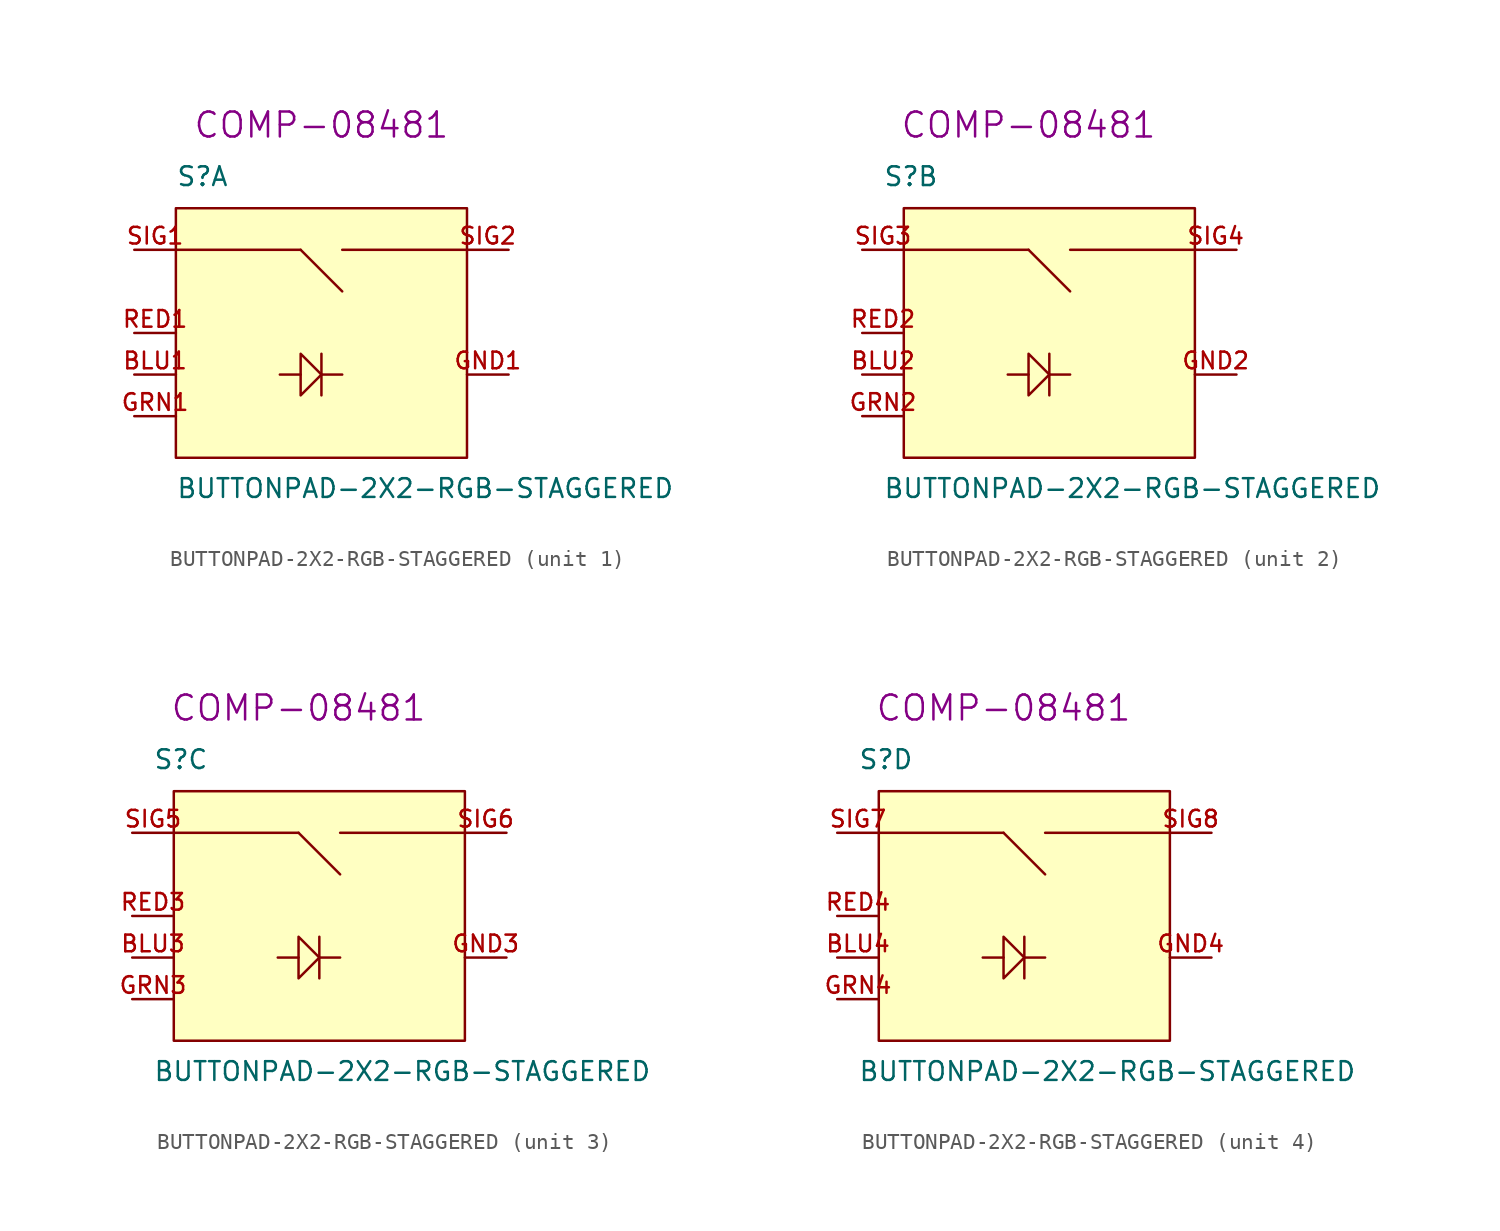
<source format=kicad_sym>
(kicad_symbol_lib
  (version 20211014)
  (generator kicad_symbol_editor)
  (symbol "BUTTONPAD-2X2-RGB-STAGGERED"
    (pin_names
      (offset 1.016) hide)
    (property "Reference" "S"
      (at -8.89 8.89 0)
      (effects (font (size 1.143 1.143)) (justify left bottom)))
    (property "Value" "BUTTONPAD-2X2-RGB-STAGGERED"
      (at -8.89 -10.16 0)
      (effects (font (size 1.143 1.143)) (justify left bottom)))
    (property "Field4" "COMP-08481"
      (at 0 12.7 0)
      (effects (font (size 1.524 1.524))))
    (property "ki_locked" ""
      (at 0 0 0)
      (effects (font (size 1.27 1.27))))
    (symbol "BUTTONPAD-2X2-RGB-STAGGERED_1_0"
      (polyline (pts (xy -8.89 5.08) (xy -1.27 5.08)) (stroke (width 0) (type default) (color 0 0 0 0)) (fill (type none)))
      (polyline (pts (xy -1.27 -2.54) (xy -2.54 -2.54)) (stroke (width 0) (type default) (color 0 0 0 0)) (fill (type none)))
      (polyline (pts (xy -1.27 5.08) (xy 1.27 2.54)) (stroke (width 0) (type default) (color 0 0 0 0)) (fill (type none)))
      (polyline (pts (xy 0 -2.54) (xy 0 -3.81)) (stroke (width 0) (type default) (color 0 0 0 0)) (fill (type none)))
      (polyline (pts (xy 0 -2.54) (xy 1.27 -2.54)) (stroke (width 0) (type default) (color 0 0 0 0)) (fill (type none)))
      (polyline (pts (xy 0 -1.27) (xy 0 -2.54)) (stroke (width 0) (type default) (color 0 0 0 0)) (fill (type none)))
      (polyline (pts (xy 1.27 5.08) (xy 8.89 5.08)) (stroke (width 0) (type default) (color 0 0 0 0)) (fill (type none))))
    (symbol "BUTTONPAD-2X2-RGB-STAGGERED_1_1"
      (polyline (pts (xy -1.27 -1.27) (xy -1.27 -2.54) (xy -1.27 -3.81) (xy 0 -2.54) (xy -1.27 -1.27)) (stroke (width 0) (type default) (color 0 0 0 0)) (fill (type background)))
      (polyline (pts (xy 8.89 7.62) (xy 8.89 5.08) (xy 8.89 -7.62) (xy -8.89 -7.62) (xy -8.89 5.08) (xy -8.89 7.62) (xy 8.89 7.62)) (stroke (width 0) (type default) (color 0 0 0 0)) (fill (type background)))
      (pin bidirectional line (at -11.43 -2.54 0) (length 2.54) (name "BLU" (effects (font (size 1.016 1.016)))) (number "BLU1" (effects (font (size 1.016 1.016)))))
      (pin bidirectional line (at 11.43 -2.54 180) (length 2.54) (name "GND" (effects (font (size 1.016 1.016)))) (number "GND1" (effects (font (size 1.016 1.016)))))
      (pin bidirectional line (at -11.43 -5.08 0) (length 2.54) (name "GRN" (effects (font (size 1.016 1.016)))) (number "GRN1" (effects (font (size 1.016 1.016)))))
      (pin bidirectional line (at -11.43 0 0) (length 2.54) (name "RED" (effects (font (size 1.016 1.016)))) (number "RED1" (effects (font (size 1.016 1.016)))))
      (pin bidirectional line (at -11.43 5.08 0) (length 2.54) (name "SIG1" (effects (font (size 1.016 1.016)))) (number "SIG1" (effects (font (size 1.016 1.016)))))
      (pin bidirectional line (at 11.43 5.08 180) (length 2.54) (name "SIG2" (effects (font (size 1.016 1.016)))) (number "SIG2" (effects (font (size 1.016 1.016))))))
    (symbol "BUTTONPAD-2X2-RGB-STAGGERED_2_0"
      (polyline (pts (xy -7.62 5.08) (xy 0 5.08)) (stroke (width 0) (type default) (color 0 0 0 0)) (fill (type none)))
      (polyline (pts (xy 0 -2.54) (xy -1.27 -2.54)) (stroke (width 0) (type default) (color 0 0 0 0)) (fill (type none)))
      (polyline (pts (xy 0 5.08) (xy 2.54 2.54)) (stroke (width 0) (type default) (color 0 0 0 0)) (fill (type none)))
      (polyline (pts (xy 1.27 -2.54) (xy 1.27 -3.81)) (stroke (width 0) (type default) (color 0 0 0 0)) (fill (type none)))
      (polyline (pts (xy 1.27 -2.54) (xy 2.54 -2.54)) (stroke (width 0) (type default) (color 0 0 0 0)) (fill (type none)))
      (polyline (pts (xy 1.27 -1.27) (xy 1.27 -2.54)) (stroke (width 0) (type default) (color 0 0 0 0)) (fill (type none)))
      (polyline (pts (xy 2.54 5.08) (xy 10.16 5.08)) (stroke (width 0) (type default) (color 0 0 0 0)) (fill (type none))))
    (symbol "BUTTONPAD-2X2-RGB-STAGGERED_2_1"
      (polyline (pts (xy 0 -1.27) (xy 0 -2.54) (xy 0 -3.81) (xy 1.27 -2.54) (xy 0 -1.27)) (stroke (width 0) (type default) (color 0 0 0 0)) (fill (type background)))
      (polyline (pts (xy 10.16 7.62) (xy 10.16 5.08) (xy 10.16 -7.62) (xy -7.62 -7.62) (xy -7.62 5.08) (xy -7.62 7.62) (xy 10.16 7.62)) (stroke (width 0) (type default) (color 0 0 0 0)) (fill (type background)))
      (pin bidirectional line (at -10.16 -2.54 0) (length 2.54) (name "BLU" (effects (font (size 1.016 1.016)))) (number "BLU2" (effects (font (size 1.016 1.016)))))
      (pin bidirectional line (at 12.7 -2.54 180) (length 2.54) (name "GND" (effects (font (size 1.016 1.016)))) (number "GND2" (effects (font (size 1.016 1.016)))))
      (pin bidirectional line (at -10.16 -5.08 0) (length 2.54) (name "GRN" (effects (font (size 1.016 1.016)))) (number "GRN2" (effects (font (size 1.016 1.016)))))
      (pin bidirectional line (at -10.16 0 0) (length 2.54) (name "RED" (effects (font (size 1.016 1.016)))) (number "RED2" (effects (font (size 1.016 1.016)))))
      (pin bidirectional line (at -10.16 5.08 0) (length 2.54) (name "SIG1" (effects (font (size 1.016 1.016)))) (number "SIG3" (effects (font (size 1.016 1.016)))))
      (pin bidirectional line (at 12.7 5.08 180) (length 2.54) (name "SIG2" (effects (font (size 1.016 1.016)))) (number "SIG4" (effects (font (size 1.016 1.016))))))
    (symbol "BUTTONPAD-2X2-RGB-STAGGERED_3_0"
      (polyline (pts (xy -7.62 5.08) (xy 0 5.08)) (stroke (width 0) (type default) (color 0 0 0 0)) (fill (type none)))
      (polyline (pts (xy 0 -2.54) (xy -1.27 -2.54)) (stroke (width 0) (type default) (color 0 0 0 0)) (fill (type none)))
      (polyline (pts (xy 0 5.08) (xy 2.54 2.54)) (stroke (width 0) (type default) (color 0 0 0 0)) (fill (type none)))
      (polyline (pts (xy 1.27 -2.54) (xy 1.27 -3.81)) (stroke (width 0) (type default) (color 0 0 0 0)) (fill (type none)))
      (polyline (pts (xy 1.27 -2.54) (xy 2.54 -2.54)) (stroke (width 0) (type default) (color 0 0 0 0)) (fill (type none)))
      (polyline (pts (xy 1.27 -1.27) (xy 1.27 -2.54)) (stroke (width 0) (type default) (color 0 0 0 0)) (fill (type none)))
      (polyline (pts (xy 2.54 5.08) (xy 10.16 5.08)) (stroke (width 0) (type default) (color 0 0 0 0)) (fill (type none))))
    (symbol "BUTTONPAD-2X2-RGB-STAGGERED_3_1"
      (polyline (pts (xy 0 -1.27) (xy 0 -2.54) (xy 0 -3.81) (xy 1.27 -2.54) (xy 0 -1.27)) (stroke (width 0) (type default) (color 0 0 0 0)) (fill (type background)))
      (polyline (pts (xy 10.16 7.62) (xy 10.16 5.08) (xy 10.16 -7.62) (xy -7.62 -7.62) (xy -7.62 5.08) (xy -7.62 7.62) (xy 10.16 7.62)) (stroke (width 0) (type default) (color 0 0 0 0)) (fill (type background)))
      (pin bidirectional line (at -10.16 -2.54 0) (length 2.54) (name "BLU" (effects (font (size 1.016 1.016)))) (number "BLU3" (effects (font (size 1.016 1.016)))))
      (pin bidirectional line (at 12.7 -2.54 180) (length 2.54) (name "GND" (effects (font (size 1.016 1.016)))) (number "GND3" (effects (font (size 1.016 1.016)))))
      (pin bidirectional line (at -10.16 -5.08 0) (length 2.54) (name "GRN" (effects (font (size 1.016 1.016)))) (number "GRN3" (effects (font (size 1.016 1.016)))))
      (pin bidirectional line (at -10.16 0 0) (length 2.54) (name "RED" (effects (font (size 1.016 1.016)))) (number "RED3" (effects (font (size 1.016 1.016)))))
      (pin bidirectional line (at -10.16 5.08 0) (length 2.54) (name "SIG1" (effects (font (size 1.016 1.016)))) (number "SIG5" (effects (font (size 1.016 1.016)))))
      (pin bidirectional line (at 12.7 5.08 180) (length 2.54) (name "SIG2" (effects (font (size 1.016 1.016)))) (number "SIG6" (effects (font (size 1.016 1.016))))))
    (symbol "BUTTONPAD-2X2-RGB-STAGGERED_4_0"
      (polyline (pts (xy -7.62 5.08) (xy 0 5.08)) (stroke (width 0) (type default) (color 0 0 0 0)) (fill (type none)))
      (polyline (pts (xy 0 -2.54) (xy -1.27 -2.54)) (stroke (width 0) (type default) (color 0 0 0 0)) (fill (type none)))
      (polyline (pts (xy 0 5.08) (xy 2.54 2.54)) (stroke (width 0) (type default) (color 0 0 0 0)) (fill (type none)))
      (polyline (pts (xy 1.27 -2.54) (xy 1.27 -3.81)) (stroke (width 0) (type default) (color 0 0 0 0)) (fill (type none)))
      (polyline (pts (xy 1.27 -2.54) (xy 2.54 -2.54)) (stroke (width 0) (type default) (color 0 0 0 0)) (fill (type none)))
      (polyline (pts (xy 1.27 -1.27) (xy 1.27 -2.54)) (stroke (width 0) (type default) (color 0 0 0 0)) (fill (type none)))
      (polyline (pts (xy 2.54 5.08) (xy 10.16 5.08)) (stroke (width 0) (type default) (color 0 0 0 0)) (fill (type none))))
    (symbol "BUTTONPAD-2X2-RGB-STAGGERED_4_1"
      (polyline (pts (xy 0 -1.27) (xy 0 -2.54) (xy 0 -3.81) (xy 1.27 -2.54) (xy 0 -1.27)) (stroke (width 0) (type default) (color 0 0 0 0)) (fill (type background)))
      (polyline (pts (xy 10.16 7.62) (xy 10.16 5.08) (xy 10.16 -7.62) (xy -7.62 -7.62) (xy -7.62 5.08) (xy -7.62 7.62) (xy 10.16 7.62)) (stroke (width 0) (type default) (color 0 0 0 0)) (fill (type background)))
      (pin bidirectional line (at -10.16 -2.54 0) (length 2.54) (name "BLU" (effects (font (size 1.016 1.016)))) (number "BLU4" (effects (font (size 1.016 1.016)))))
      (pin bidirectional line (at 12.7 -2.54 180) (length 2.54) (name "GND" (effects (font (size 1.016 1.016)))) (number "GND4" (effects (font (size 1.016 1.016)))))
      (pin bidirectional line (at -10.16 -5.08 0) (length 2.54) (name "GRN" (effects (font (size 1.016 1.016)))) (number "GRN4" (effects (font (size 1.016 1.016)))))
      (pin bidirectional line (at -10.16 0 0) (length 2.54) (name "RED" (effects (font (size 1.016 1.016)))) (number "RED4" (effects (font (size 1.016 1.016)))))
      (pin bidirectional line (at -10.16 5.08 0) (length 2.54) (name "SIG1" (effects (font (size 1.016 1.016)))) (number "SIG7" (effects (font (size 1.016 1.016)))))
      (pin bidirectional line (at 12.7 5.08 180) (length 2.54) (name "SIG2" (effects (font (size 1.016 1.016)))) (number "SIG8" (effects (font (size 1.016 1.016))))))))
</source>
